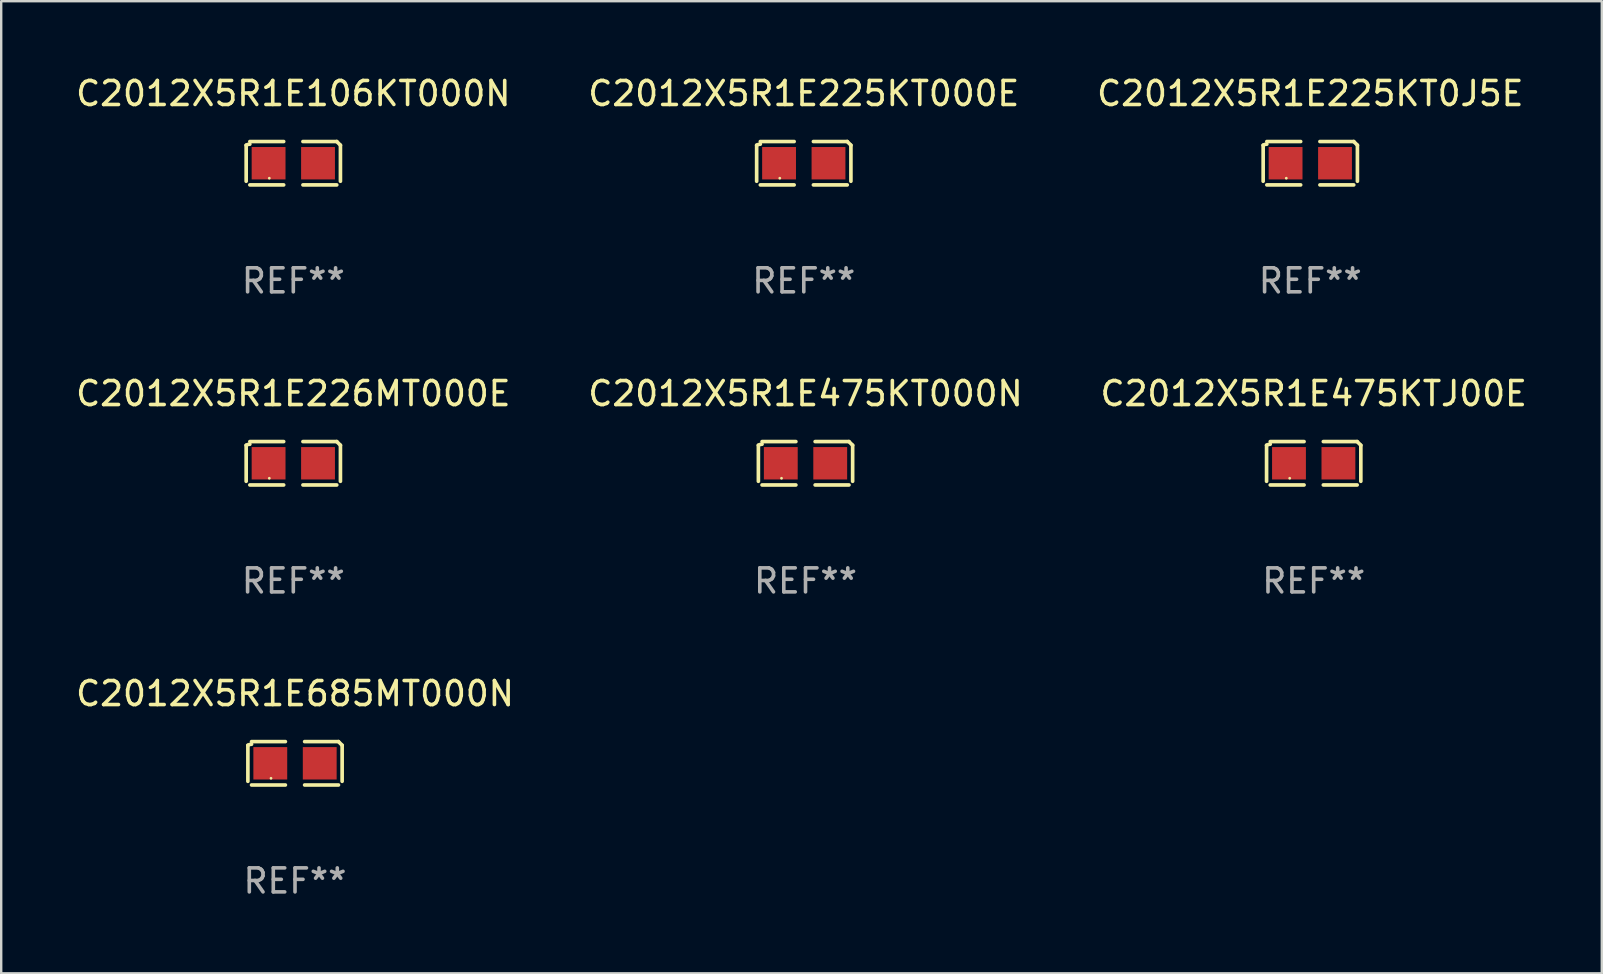
<source format=kicad_pcb>
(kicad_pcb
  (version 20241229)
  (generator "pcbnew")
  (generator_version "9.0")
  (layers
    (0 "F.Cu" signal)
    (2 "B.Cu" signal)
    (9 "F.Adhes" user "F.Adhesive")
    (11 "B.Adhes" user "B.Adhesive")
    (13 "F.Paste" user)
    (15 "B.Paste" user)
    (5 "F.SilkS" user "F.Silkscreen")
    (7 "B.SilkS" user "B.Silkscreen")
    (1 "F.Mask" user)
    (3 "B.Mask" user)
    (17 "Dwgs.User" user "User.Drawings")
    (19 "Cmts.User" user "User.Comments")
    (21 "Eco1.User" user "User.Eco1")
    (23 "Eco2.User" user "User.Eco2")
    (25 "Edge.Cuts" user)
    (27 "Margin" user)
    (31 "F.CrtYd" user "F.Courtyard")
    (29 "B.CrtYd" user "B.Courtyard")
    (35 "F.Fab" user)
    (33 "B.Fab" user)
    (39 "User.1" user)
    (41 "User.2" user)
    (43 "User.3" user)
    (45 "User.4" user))
  (footprint "C2012X5R1E225KT000E"
    (layer "F.Cu")
    (at 30.446 3.752)
    (property "Reference" "C2012X5R1E225KT000E" (at 0 -2.904 0) (layer "F.SilkS") (effects (font (size 1 1) (thickness 0.15))))
    (attr through_hole)
    (fp_line (start -1.964 0.751) (end -1.964 -0.751) (stroke (width 0.152) (type solid)) (layer "F.SilkS"))
    (fp_line (start -1.811 -0.904) (end -0.401 -0.904) (stroke (width 0.152) (type solid)) (layer "F.SilkS"))
    (fp_line (start -0.401 0.904) (end -1.811 0.904) (stroke (width 0.152) (type solid)) (layer "F.SilkS"))
    (fp_line (start 0.401 0.904) (end 1.811 0.904) (stroke (width 0.152) (type solid)) (layer "F.SilkS"))
    (fp_line (start 1.811 -0.904) (end 0.401 -0.904) (stroke (width 0.152) (type solid)) (layer "F.SilkS"))
    (fp_line (start 1.964 0.751) (end 1.964 -0.751) (stroke (width 0.152) (type solid)) (layer "F.SilkS"))
    (fp_arc (start -1.963602 -0.751207) (mid -1.890354 -0.783131) (end -1.811201 -0.794044) (stroke (width 0.1524) (type solid)) (layer "F.SilkS"))
    (fp_arc (start 1.811202 -0.903607) (mid 1.887413 -0.827418) (end 1.963602 -0.751207) (stroke (width 0.1524) (type solid)) (layer "F.SilkS"))
    (fp_circle (center -1 0.625) (end -0.97 0.625) (stroke (width 0.06) (type solid)) (fill no) (layer "F.SilkS"))
    (fp_text user "REF**" (at 0 4.904 0) (layer "F.Fab") (effects (font (size 1 1) (thickness 0.15))))
    (pad "1" smd rect (at -1.03 0) (size 1.41 1.35) (layers "F.Cu" "F.Mask" "F.Paste"))
    (pad "2" smd rect (at 1.03 0) (size 1.41 1.35) (layers "F.Cu" "F.Mask" "F.Paste")))
  (footprint "C2012X5R1E106KT000N"
    (layer "F.Cu")
    (at 9.173 3.752)
    (property "Reference" "C2012X5R1E106KT000N" (at 0 -2.904 0) (layer "F.SilkS") (effects (font (size 1 1) (thickness 0.15))))
    (attr through_hole)
    (fp_line (start -1.964 0.751) (end -1.964 -0.751) (stroke (width 0.152) (type solid)) (layer "F.SilkS"))
    (fp_line (start -1.811 -0.904) (end -0.401 -0.904) (stroke (width 0.152) (type solid)) (layer "F.SilkS"))
    (fp_line (start -0.401 0.904) (end -1.811 0.904) (stroke (width 0.152) (type solid)) (layer "F.SilkS"))
    (fp_line (start 0.401 0.904) (end 1.811 0.904) (stroke (width 0.152) (type solid)) (layer "F.SilkS"))
    (fp_line (start 1.811 -0.904) (end 0.401 -0.904) (stroke (width 0.152) (type solid)) (layer "F.SilkS"))
    (fp_line (start 1.964 0.751) (end 1.964 -0.751) (stroke (width 0.152) (type solid)) (layer "F.SilkS"))
    (fp_arc (start -1.963602 -0.751207) (mid -1.890354 -0.783131) (end -1.811201 -0.794044) (stroke (width 0.1524) (type solid)) (layer "F.SilkS"))
    (fp_arc (start 1.811202 -0.903607) (mid 1.887413 -0.827418) (end 1.963602 -0.751207) (stroke (width 0.1524) (type solid)) (layer "F.SilkS"))
    (fp_circle (center -1 0.625) (end -0.97 0.625) (stroke (width 0.06) (type solid)) (fill no) (layer "F.SilkS"))
    (fp_text user "REF**" (at 0 4.904 0) (layer "F.Fab") (effects (font (size 1 1) (thickness 0.15))))
    (pad "1" smd rect (at -1.03 0) (size 1.41 1.35) (layers "F.Cu" "F.Mask" "F.Paste"))
    (pad "2" smd rect (at 1.03 0) (size 1.41 1.35) (layers "F.Cu" "F.Mask" "F.Paste")))
  (footprint "C2012X5R1E226MT000E"
    (layer "F.Cu")
    (at 9.173 16.256)
    (property "Reference" "C2012X5R1E226MT000E" (at 0 -2.904 0) (layer "F.SilkS") (effects (font (size 1 1) (thickness 0.15))))
    (attr through_hole)
    (fp_line (start -1.964 0.751) (end -1.964 -0.751) (stroke (width 0.152) (type solid)) (layer "F.SilkS"))
    (fp_line (start -1.811 -0.904) (end -0.401 -0.904) (stroke (width 0.152) (type solid)) (layer "F.SilkS"))
    (fp_line (start -0.401 0.904) (end -1.811 0.904) (stroke (width 0.152) (type solid)) (layer "F.SilkS"))
    (fp_line (start 0.401 0.904) (end 1.811 0.904) (stroke (width 0.152) (type solid)) (layer "F.SilkS"))
    (fp_line (start 1.811 -0.904) (end 0.401 -0.904) (stroke (width 0.152) (type solid)) (layer "F.SilkS"))
    (fp_line (start 1.964 0.751) (end 1.964 -0.751) (stroke (width 0.152) (type solid)) (layer "F.SilkS"))
    (fp_arc (start -1.963602 -0.751207) (mid -1.890354 -0.783131) (end -1.811201 -0.794044) (stroke (width 0.1524) (type solid)) (layer "F.SilkS"))
    (fp_arc (start 1.811202 -0.903607) (mid 1.887413 -0.827418) (end 1.963602 -0.751207) (stroke (width 0.1524) (type solid)) (layer "F.SilkS"))
    (fp_circle (center -1 0.625) (end -0.97 0.625) (stroke (width 0.06) (type solid)) (fill no) (layer "F.SilkS"))
    (fp_text user "REF**" (at 0 4.904 0) (layer "F.Fab") (effects (font (size 1 1) (thickness 0.15))))
    (pad "1" smd rect (at -1.03 0) (size 1.41 1.35) (layers "F.Cu" "F.Mask" "F.Paste"))
    (pad "2" smd rect (at 1.03 0) (size 1.41 1.35) (layers "F.Cu" "F.Mask" "F.Paste")))
  (footprint "C2012X5R1E475KT000N"
    (layer "F.Cu")
    (at 30.518 16.256)
    (property "Reference" "C2012X5R1E475KT000N" (at 0 -2.904 0) (layer "F.SilkS") (effects (font (size 1 1) (thickness 0.15))))
    (attr through_hole)
    (fp_line (start -1.964 0.751) (end -1.964 -0.751) (stroke (width 0.152) (type solid)) (layer "F.SilkS"))
    (fp_line (start -1.811 -0.904) (end -0.401 -0.904) (stroke (width 0.152) (type solid)) (layer "F.SilkS"))
    (fp_line (start -0.401 0.904) (end -1.811 0.904) (stroke (width 0.152) (type solid)) (layer "F.SilkS"))
    (fp_line (start 0.401 0.904) (end 1.811 0.904) (stroke (width 0.152) (type solid)) (layer "F.SilkS"))
    (fp_line (start 1.811 -0.904) (end 0.401 -0.904) (stroke (width 0.152) (type solid)) (layer "F.SilkS"))
    (fp_line (start 1.964 0.751) (end 1.964 -0.751) (stroke (width 0.152) (type solid)) (layer "F.SilkS"))
    (fp_arc (start -1.963602 -0.751207) (mid -1.890354 -0.783131) (end -1.811201 -0.794044) (stroke (width 0.1524) (type solid)) (layer "F.SilkS"))
    (fp_arc (start 1.811202 -0.903607) (mid 1.887413 -0.827418) (end 1.963602 -0.751207) (stroke (width 0.1524) (type solid)) (layer "F.SilkS"))
    (fp_circle (center -1 0.625) (end -0.97 0.625) (stroke (width 0.06) (type solid)) (fill no) (layer "F.SilkS"))
    (fp_text user "REF**" (at 0 4.904 0) (layer "F.Fab") (effects (font (size 1 1) (thickness 0.15))))
    (pad "1" smd rect (at -1.03 0) (size 1.41 1.35) (layers "F.Cu" "F.Mask" "F.Paste"))
    (pad "2" smd rect (at 1.03 0) (size 1.41 1.35) (layers "F.Cu" "F.Mask" "F.Paste")))
  (footprint "C2012X5R1E475KTJ00E"
    (layer "F.Cu")
    (at 51.696 16.256)
    (property "Reference" "C2012X5R1E475KTJ00E" (at 0 -2.904 0) (layer "F.SilkS") (effects (font (size 1 1) (thickness 0.15))))
    (attr through_hole)
    (fp_line (start -1.964 0.751) (end -1.964 -0.751) (stroke (width 0.152) (type solid)) (layer "F.SilkS"))
    (fp_line (start -1.811 -0.904) (end -0.401 -0.904) (stroke (width 0.152) (type solid)) (layer "F.SilkS"))
    (fp_line (start -0.401 0.904) (end -1.811 0.904) (stroke (width 0.152) (type solid)) (layer "F.SilkS"))
    (fp_line (start 0.401 0.904) (end 1.811 0.904) (stroke (width 0.152) (type solid)) (layer "F.SilkS"))
    (fp_line (start 1.811 -0.904) (end 0.401 -0.904) (stroke (width 0.152) (type solid)) (layer "F.SilkS"))
    (fp_line (start 1.964 0.751) (end 1.964 -0.751) (stroke (width 0.152) (type solid)) (layer "F.SilkS"))
    (fp_arc (start -1.963602 -0.751207) (mid -1.890354 -0.783131) (end -1.811201 -0.794044) (stroke (width 0.1524) (type solid)) (layer "F.SilkS"))
    (fp_arc (start 1.811202 -0.903607) (mid 1.887413 -0.827418) (end 1.963602 -0.751207) (stroke (width 0.1524) (type solid)) (layer "F.SilkS"))
    (fp_circle (center -1 0.625) (end -0.97 0.625) (stroke (width 0.06) (type solid)) (fill no) (layer "F.SilkS"))
    (fp_text user "REF**" (at 0 4.904 0) (layer "F.Fab") (effects (font (size 1 1) (thickness 0.15))))
    (pad "1" smd rect (at -1.03 0) (size 1.41 1.35) (layers "F.Cu" "F.Mask" "F.Paste"))
    (pad "2" smd rect (at 1.03 0) (size 1.41 1.35) (layers "F.Cu" "F.Mask" "F.Paste")))
  (footprint "C2012X5R1E685MT000N"
    (layer "F.Cu")
    (at 9.244 28.759)
    (property "Reference" "C2012X5R1E685MT000N" (at 0 -2.904 0) (layer "F.SilkS") (effects (font (size 1 1) (thickness 0.15))))
    (attr through_hole)
    (fp_line (start -1.964 0.751) (end -1.964 -0.751) (stroke (width 0.152) (type solid)) (layer "F.SilkS"))
    (fp_line (start -1.811 -0.904) (end -0.401 -0.904) (stroke (width 0.152) (type solid)) (layer "F.SilkS"))
    (fp_line (start -0.401 0.904) (end -1.811 0.904) (stroke (width 0.152) (type solid)) (layer "F.SilkS"))
    (fp_line (start 0.401 0.904) (end 1.811 0.904) (stroke (width 0.152) (type solid)) (layer "F.SilkS"))
    (fp_line (start 1.811 -0.904) (end 0.401 -0.904) (stroke (width 0.152) (type solid)) (layer "F.SilkS"))
    (fp_line (start 1.964 0.751) (end 1.964 -0.751) (stroke (width 0.152) (type solid)) (layer "F.SilkS"))
    (fp_arc (start -1.963602 -0.751207) (mid -1.890354 -0.783131) (end -1.811201 -0.794044) (stroke (width 0.1524) (type solid)) (layer "F.SilkS"))
    (fp_arc (start 1.811202 -0.903607) (mid 1.887413 -0.827418) (end 1.963602 -0.751207) (stroke (width 0.1524) (type solid)) (layer "F.SilkS"))
    (fp_circle (center -1 0.625) (end -0.97 0.625) (stroke (width 0.06) (type solid)) (fill no) (layer "F.SilkS"))
    (fp_text user "REF**" (at 0 4.904 0) (layer "F.Fab") (effects (font (size 1 1) (thickness 0.15))))
    (pad "1" smd rect (at -1.03 0) (size 1.41 1.35) (layers "F.Cu" "F.Mask" "F.Paste"))
    (pad "2" smd rect (at 1.03 0) (size 1.41 1.35) (layers "F.Cu" "F.Mask" "F.Paste")))
  (footprint "C2012X5R1E225KT0J5E"
    (layer "F.Cu")
    (at 51.554 3.752)
    (property "Reference" "C2012X5R1E225KT0J5E" (at 0 -2.904 0) (layer "F.SilkS") (effects (font (size 1 1) (thickness 0.15))))
    (attr through_hole)
    (fp_line (start -1.964 0.751) (end -1.964 -0.751) (stroke (width 0.152) (type solid)) (layer "F.SilkS"))
    (fp_line (start -1.811 -0.904) (end -0.401 -0.904) (stroke (width 0.152) (type solid)) (layer "F.SilkS"))
    (fp_line (start -0.401 0.904) (end -1.811 0.904) (stroke (width 0.152) (type solid)) (layer "F.SilkS"))
    (fp_line (start 0.401 0.904) (end 1.811 0.904) (stroke (width 0.152) (type solid)) (layer "F.SilkS"))
    (fp_line (start 1.811 -0.904) (end 0.401 -0.904) (stroke (width 0.152) (type solid)) (layer "F.SilkS"))
    (fp_line (start 1.964 0.751) (end 1.964 -0.751) (stroke (width 0.152) (type solid)) (layer "F.SilkS"))
    (fp_arc (start -1.963602 -0.751207) (mid -1.890354 -0.783131) (end -1.811201 -0.794044) (stroke (width 0.1524) (type solid)) (layer "F.SilkS"))
    (fp_arc (start 1.811202 -0.903607) (mid 1.887413 -0.827418) (end 1.963602 -0.751207) (stroke (width 0.1524) (type solid)) (layer "F.SilkS"))
    (fp_circle (center -1 0.625) (end -0.97 0.625) (stroke (width 0.06) (type solid)) (fill no) (layer "F.SilkS"))
    (fp_text user "REF**" (at 0 4.904 0) (layer "F.Fab") (effects (font (size 1 1) (thickness 0.15))))
    (pad "1" smd rect (at -1.03 0) (size 1.41 1.35) (layers "F.Cu" "F.Mask" "F.Paste"))
    (pad "2" smd rect (at 1.03 0) (size 1.41 1.35) (layers "F.Cu" "F.Mask" "F.Paste")))
  (gr_rect
    (start -3 -3)
    (end 63.702 37.511)
    (stroke (width 0.1) (type default))
    (fill no)
    (layer "Edge.Cuts")))
</source>
